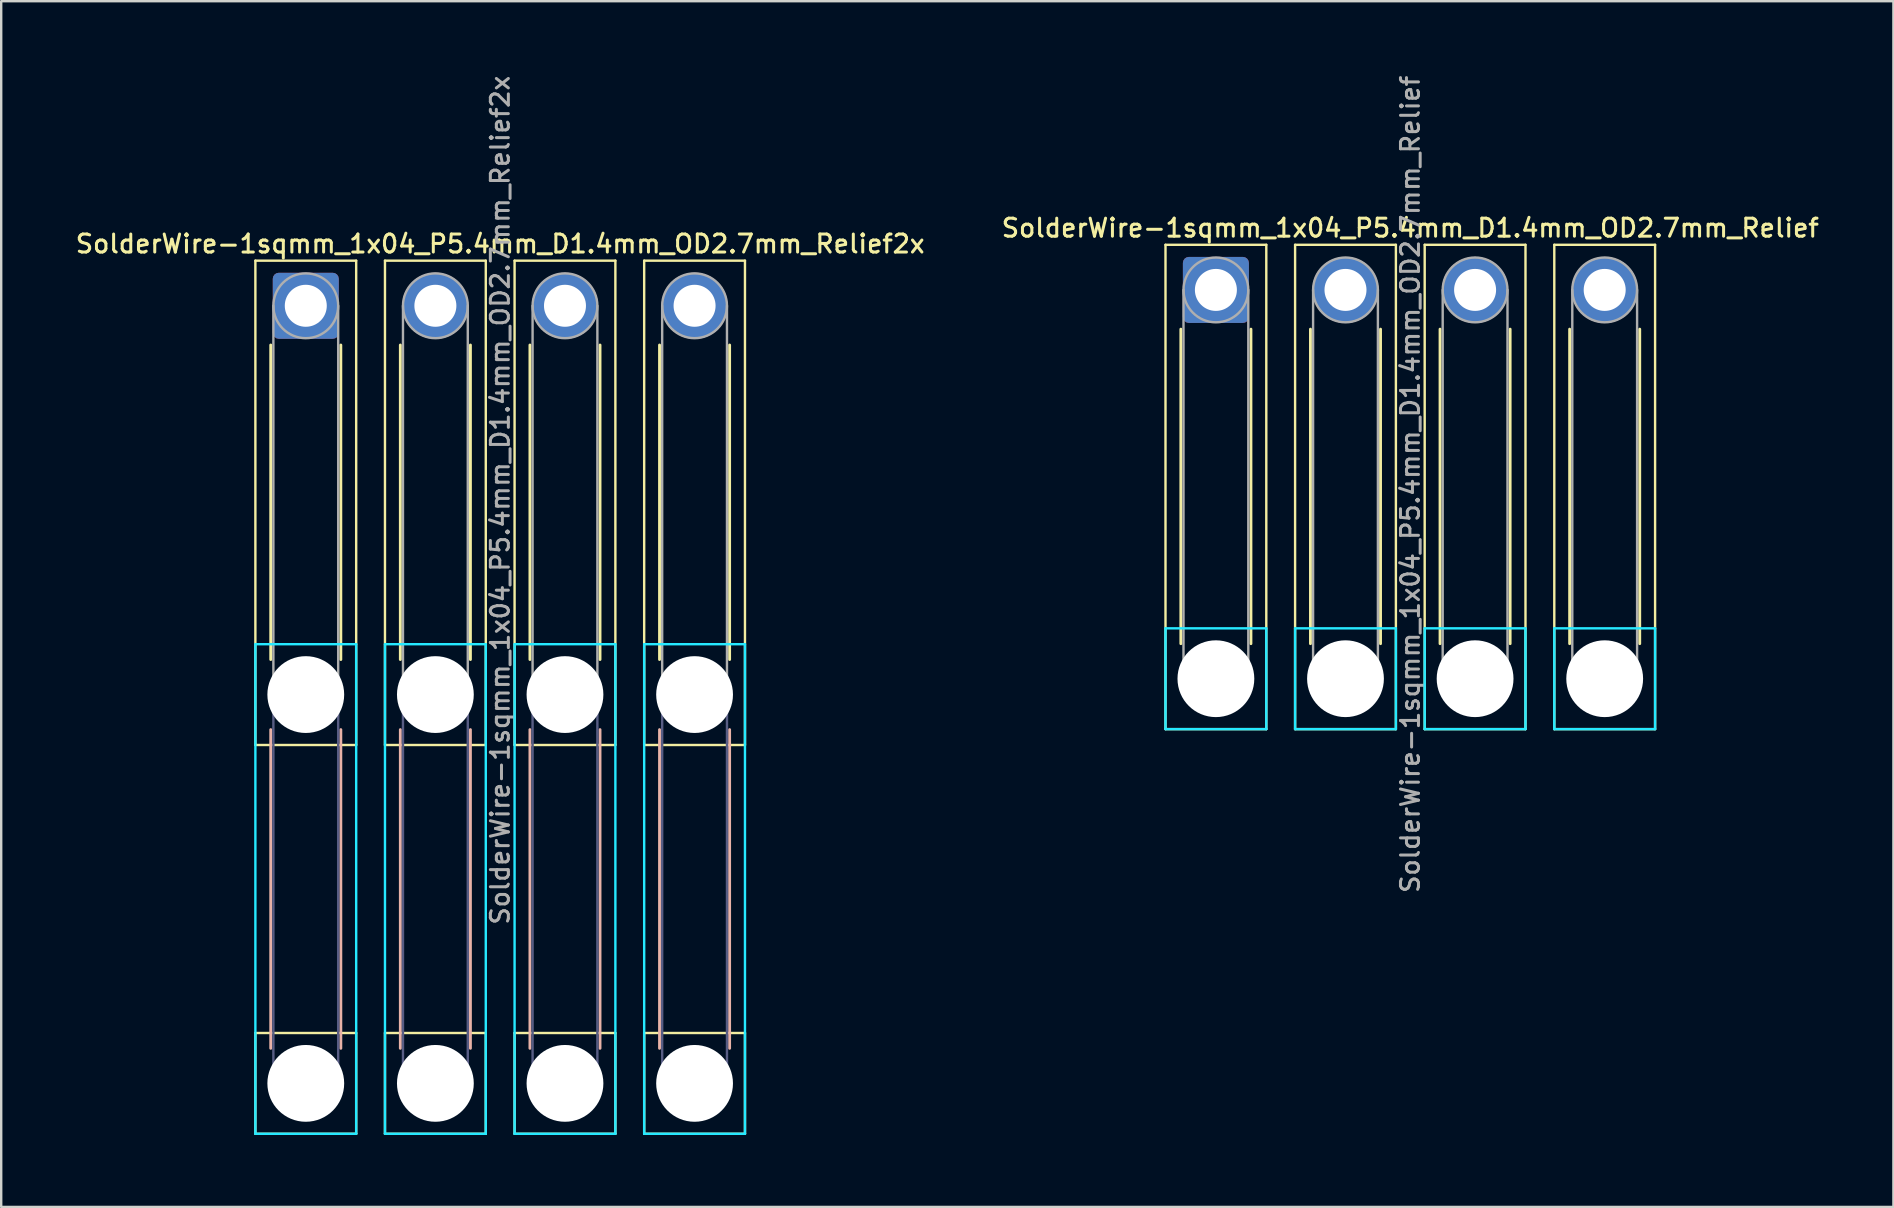
<source format=kicad_pcb>
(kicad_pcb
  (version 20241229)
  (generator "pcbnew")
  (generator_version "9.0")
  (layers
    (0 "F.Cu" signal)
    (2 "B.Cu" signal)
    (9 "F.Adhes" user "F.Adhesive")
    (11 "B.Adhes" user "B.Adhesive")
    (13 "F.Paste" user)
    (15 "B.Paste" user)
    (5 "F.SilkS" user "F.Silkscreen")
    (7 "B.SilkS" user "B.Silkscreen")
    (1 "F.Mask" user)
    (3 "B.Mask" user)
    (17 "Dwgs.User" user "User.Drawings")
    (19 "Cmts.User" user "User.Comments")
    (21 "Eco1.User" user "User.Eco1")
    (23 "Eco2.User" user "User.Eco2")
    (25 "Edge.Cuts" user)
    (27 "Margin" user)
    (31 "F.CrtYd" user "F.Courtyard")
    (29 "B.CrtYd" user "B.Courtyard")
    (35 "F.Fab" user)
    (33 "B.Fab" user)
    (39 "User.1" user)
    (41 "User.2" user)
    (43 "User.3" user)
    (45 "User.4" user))
  (footprint "SolderWire-1sqmm_1x04_P5.4mm_D1.4mm_OD2.7mm_Relief2x"
    (layer "F.Cu")
    (at 9.691 9.691)
    (property "Reference" "SolderWire-1sqmm_1x04_P5.4mm_D1.4mm_OD2.7mm_Relief2x" (at 8.1 -2.58 0) (layer "F.SilkS") (effects (font (size 0.75 0.75) (thickness 0.125))))
    (attr exclude_from_pos_files exclude_from_bom)
    (fp_line (start -2.1 -1.88) (end -2.1 18.3) (stroke (width 0.1) (type solid)) (layer "F.SilkS"))
    (fp_line (start -2.1 18.3) (end 2.1 18.3) (stroke (width 0.1) (type solid)) (layer "F.SilkS"))
    (fp_line (start -2.1 30.3) (end -2.1 34.5) (stroke (width 0.1) (type solid)) (layer "F.SilkS"))
    (fp_line (start -2.1 34.5) (end 2.1 34.5) (stroke (width 0.1) (type solid)) (layer "F.SilkS"))
    (fp_line (start -1.46 1.635) (end -1.46 14.74) (stroke (width 0.12) (type solid)) (layer "F.SilkS"))
    (fp_line (start 1.46 1.635) (end 1.46 14.74) (stroke (width 0.12) (type solid)) (layer "F.SilkS"))
    (fp_line (start 2.1 -1.88) (end -2.1 -1.88) (stroke (width 0.1) (type solid)) (layer "F.SilkS"))
    (fp_line (start 2.1 18.3) (end 2.1 -1.88) (stroke (width 0.1) (type solid)) (layer "F.SilkS"))
    (fp_line (start 2.1 30.3) (end -2.1 30.3) (stroke (width 0.1) (type solid)) (layer "F.SilkS"))
    (fp_line (start 2.1 34.5) (end 2.1 30.3) (stroke (width 0.1) (type solid)) (layer "F.SilkS"))
    (fp_line (start 3.3 -1.88) (end 3.3 18.3) (stroke (width 0.1) (type solid)) (layer "F.SilkS"))
    (fp_line (start 3.3 18.3) (end 7.5 18.3) (stroke (width 0.1) (type solid)) (layer "F.SilkS"))
    (fp_line (start 3.3 30.3) (end 3.3 34.5) (stroke (width 0.1) (type solid)) (layer "F.SilkS"))
    (fp_line (start 3.3 34.5) (end 7.5 34.5) (stroke (width 0.1) (type solid)) (layer "F.SilkS"))
    (fp_line (start 3.94 1.635) (end 3.94 14.74) (stroke (width 0.12) (type solid)) (layer "F.SilkS"))
    (fp_line (start 6.86 1.635) (end 6.86 14.74) (stroke (width 0.12) (type solid)) (layer "F.SilkS"))
    (fp_line (start 7.5 -1.88) (end 3.3 -1.88) (stroke (width 0.1) (type solid)) (layer "F.SilkS"))
    (fp_line (start 7.5 18.3) (end 7.5 -1.88) (stroke (width 0.1) (type solid)) (layer "F.SilkS"))
    (fp_line (start 7.5 30.3) (end 3.3 30.3) (stroke (width 0.1) (type solid)) (layer "F.SilkS"))
    (fp_line (start 7.5 34.5) (end 7.5 30.3) (stroke (width 0.1) (type solid)) (layer "F.SilkS"))
    (fp_line (start 8.7 -1.88) (end 8.7 18.3) (stroke (width 0.1) (type solid)) (layer "F.SilkS"))
    (fp_line (start 8.7 18.3) (end 12.9 18.3) (stroke (width 0.1) (type solid)) (layer "F.SilkS"))
    (fp_line (start 8.7 30.3) (end 8.7 34.5) (stroke (width 0.1) (type solid)) (layer "F.SilkS"))
    (fp_line (start 8.7 34.5) (end 12.9 34.5) (stroke (width 0.1) (type solid)) (layer "F.SilkS"))
    (fp_line (start 9.34 1.635) (end 9.34 14.74) (stroke (width 0.12) (type solid)) (layer "F.SilkS"))
    (fp_line (start 12.26 1.635) (end 12.26 14.74) (stroke (width 0.12) (type solid)) (layer "F.SilkS"))
    (fp_line (start 12.9 -1.88) (end 8.7 -1.88) (stroke (width 0.1) (type solid)) (layer "F.SilkS"))
    (fp_line (start 12.9 18.3) (end 12.9 -1.88) (stroke (width 0.1) (type solid)) (layer "F.SilkS"))
    (fp_line (start 12.9 30.3) (end 8.7 30.3) (stroke (width 0.1) (type solid)) (layer "F.SilkS"))
    (fp_line (start 12.9 34.5) (end 12.9 30.3) (stroke (width 0.1) (type solid)) (layer "F.SilkS"))
    (fp_line (start 14.1 -1.88) (end 14.1 18.3) (stroke (width 0.1) (type solid)) (layer "F.SilkS"))
    (fp_line (start 14.1 18.3) (end 18.3 18.3) (stroke (width 0.1) (type solid)) (layer "F.SilkS"))
    (fp_line (start 14.1 30.3) (end 14.1 34.5) (stroke (width 0.1) (type solid)) (layer "F.SilkS"))
    (fp_line (start 14.1 34.5) (end 18.3 34.5) (stroke (width 0.1) (type solid)) (layer "F.SilkS"))
    (fp_line (start 14.74 1.635) (end 14.74 14.74) (stroke (width 0.12) (type solid)) (layer "F.SilkS"))
    (fp_line (start 17.66 1.635) (end 17.66 14.74) (stroke (width 0.12) (type solid)) (layer "F.SilkS"))
    (fp_line (start 18.3 -1.88) (end 14.1 -1.88) (stroke (width 0.1) (type solid)) (layer "F.SilkS"))
    (fp_line (start 18.3 18.3) (end 18.3 -1.88) (stroke (width 0.1) (type solid)) (layer "F.SilkS"))
    (fp_line (start 18.3 30.3) (end 14.1 30.3) (stroke (width 0.1) (type solid)) (layer "F.SilkS"))
    (fp_line (start 18.3 34.5) (end 18.3 30.3) (stroke (width 0.1) (type solid)) (layer "F.SilkS"))
    (fp_line (start -1.46 17.66) (end -1.46 30.94) (stroke (width 0.12) (type solid)) (layer "B.SilkS"))
    (fp_line (start 1.46 17.66) (end 1.46 30.94) (stroke (width 0.12) (type solid)) (layer "B.SilkS"))
    (fp_line (start 3.94 17.66) (end 3.94 30.94) (stroke (width 0.12) (type solid)) (layer "B.SilkS"))
    (fp_line (start 6.86 17.66) (end 6.86 30.94) (stroke (width 0.12) (type solid)) (layer "B.SilkS"))
    (fp_line (start 9.34 17.66) (end 9.34 30.94) (stroke (width 0.12) (type solid)) (layer "B.SilkS"))
    (fp_line (start 12.26 17.66) (end 12.26 30.94) (stroke (width 0.12) (type solid)) (layer "B.SilkS"))
    (fp_line (start 14.74 17.66) (end 14.74 30.94) (stroke (width 0.12) (type solid)) (layer "B.SilkS"))
    (fp_line (start 17.66 17.66) (end 17.66 30.94) (stroke (width 0.12) (type solid)) (layer "B.SilkS"))
    (fp_line (start -2.1 14.1) (end -2.1 34.5) (stroke (width 0.1) (type solid)) (layer "B.CrtYd"))
    (fp_line (start -2.1 34.5) (end 2.1 34.5) (stroke (width 0.1) (type solid)) (layer "B.CrtYd"))
    (fp_line (start 2.1 14.1) (end -2.1 14.1) (stroke (width 0.1) (type solid)) (layer "B.CrtYd"))
    (fp_line (start 2.1 34.5) (end 2.1 14.1) (stroke (width 0.1) (type solid)) (layer "B.CrtYd"))
    (fp_line (start 3.3 14.1) (end 3.3 34.5) (stroke (width 0.1) (type solid)) (layer "B.CrtYd"))
    (fp_line (start 3.3 34.5) (end 7.5 34.5) (stroke (width 0.1) (type solid)) (layer "B.CrtYd"))
    (fp_line (start 7.5 14.1) (end 3.3 14.1) (stroke (width 0.1) (type solid)) (layer "B.CrtYd"))
    (fp_line (start 7.5 34.5) (end 7.5 14.1) (stroke (width 0.1) (type solid)) (layer "B.CrtYd"))
    (fp_line (start 8.7 14.1) (end 8.7 34.5) (stroke (width 0.1) (type solid)) (layer "B.CrtYd"))
    (fp_line (start 8.7 34.5) (end 12.9 34.5) (stroke (width 0.1) (type solid)) (layer "B.CrtYd"))
    (fp_line (start 12.9 14.1) (end 8.7 14.1) (stroke (width 0.1) (type solid)) (layer "B.CrtYd"))
    (fp_line (start 12.9 34.5) (end 12.9 14.1) (stroke (width 0.1) (type solid)) (layer "B.CrtYd"))
    (fp_line (start 14.1 14.1) (end 14.1 34.5) (stroke (width 0.1) (type solid)) (layer "B.CrtYd"))
    (fp_line (start 14.1 34.5) (end 18.3 34.5) (stroke (width 0.1) (type solid)) (layer "B.CrtYd"))
    (fp_line (start 18.3 14.1) (end 14.1 14.1) (stroke (width 0.1) (type solid)) (layer "B.CrtYd"))
    (fp_line (start 18.3 34.5) (end 18.3 14.1) (stroke (width 0.1) (type solid)) (layer "B.CrtYd"))
    (fp_line (start -1.35 16.2) (end -1.35 32.4) (stroke (width 0.1) (type solid)) (layer "B.Fab"))
    (fp_line (start 1.35 16.2) (end 1.35 32.4) (stroke (width 0.1) (type solid)) (layer "B.Fab"))
    (fp_line (start 4.05 16.2) (end 4.05 32.4) (stroke (width 0.1) (type solid)) (layer "B.Fab"))
    (fp_line (start 6.75 16.2) (end 6.75 32.4) (stroke (width 0.1) (type solid)) (layer "B.Fab"))
    (fp_line (start 9.45 16.2) (end 9.45 32.4) (stroke (width 0.1) (type solid)) (layer "B.Fab"))
    (fp_line (start 12.15 16.2) (end 12.15 32.4) (stroke (width 0.1) (type solid)) (layer "B.Fab"))
    (fp_line (start 14.85 16.2) (end 14.85 32.4) (stroke (width 0.1) (type solid)) (layer "B.Fab"))
    (fp_line (start 17.55 16.2) (end 17.55 32.4) (stroke (width 0.1) (type solid)) (layer "B.Fab"))
    (fp_circle (center 0 16.2) (end 1.35 16.2) (stroke (width 0.1) (type solid)) (fill no) (layer "B.Fab"))
    (fp_circle (center 0 32.4) (end 1.35 32.4) (stroke (width 0.1) (type solid)) (fill no) (layer "B.Fab"))
    (fp_circle (center 5.4 16.2) (end 6.75 16.2) (stroke (width 0.1) (type solid)) (fill no) (layer "B.Fab"))
    (fp_circle (center 5.4 32.4) (end 6.75 32.4) (stroke (width 0.1) (type solid)) (fill no) (layer "B.Fab"))
    (fp_circle (center 10.8 16.2) (end 12.15 16.2) (stroke (width 0.1) (type solid)) (fill no) (layer "B.Fab"))
    (fp_circle (center 10.8 32.4) (end 12.15 32.4) (stroke (width 0.1) (type solid)) (fill no) (layer "B.Fab"))
    (fp_circle (center 16.2 16.2) (end 17.55 16.2) (stroke (width 0.1) (type solid)) (fill no) (layer "B.Fab"))
    (fp_circle (center 16.2 32.4) (end 17.55 32.4) (stroke (width 0.1) (type solid)) (fill no) (layer "B.Fab"))
    (fp_line (start -1.35 0) (end -1.35 16.2) (stroke (width 0.1) (type solid)) (layer "F.Fab"))
    (fp_line (start 1.35 0) (end 1.35 16.2) (stroke (width 0.1) (type solid)) (layer "F.Fab"))
    (fp_line (start 4.05 0) (end 4.05 16.2) (stroke (width 0.1) (type solid)) (layer "F.Fab"))
    (fp_line (start 6.75 0) (end 6.75 16.2) (stroke (width 0.1) (type solid)) (layer "F.Fab"))
    (fp_line (start 9.45 0) (end 9.45 16.2) (stroke (width 0.1) (type solid)) (layer "F.Fab"))
    (fp_line (start 12.15 0) (end 12.15 16.2) (stroke (width 0.1) (type solid)) (layer "F.Fab"))
    (fp_line (start 14.85 0) (end 14.85 16.2) (stroke (width 0.1) (type solid)) (layer "F.Fab"))
    (fp_line (start 17.55 0) (end 17.55 16.2) (stroke (width 0.1) (type solid)) (layer "F.Fab"))
    (fp_circle (center 0 0) (end 1.35 0) (stroke (width 0.1) (type solid)) (fill no) (layer "F.Fab"))
    (fp_circle (center 0 16.2) (end 1.35 16.2) (stroke (width 0.1) (type solid)) (fill no) (layer "F.Fab"))
    (fp_circle (center 0 32.4) (end 1.35 32.4) (stroke (width 0.1) (type solid)) (fill no) (layer "F.Fab"))
    (fp_circle (center 5.4 0) (end 6.75 0) (stroke (width 0.1) (type solid)) (fill no) (layer "F.Fab"))
    (fp_circle (center 5.4 16.2) (end 6.75 16.2) (stroke (width 0.1) (type solid)) (fill no) (layer "F.Fab"))
    (fp_circle (center 5.4 32.4) (end 6.75 32.4) (stroke (width 0.1) (type solid)) (fill no) (layer "F.Fab"))
    (fp_circle (center 10.8 0) (end 12.15 0) (stroke (width 0.1) (type solid)) (fill no) (layer "F.Fab"))
    (fp_circle (center 10.8 16.2) (end 12.15 16.2) (stroke (width 0.1) (type solid)) (fill no) (layer "F.Fab"))
    (fp_circle (center 10.8 32.4) (end 12.15 32.4) (stroke (width 0.1) (type solid)) (fill no) (layer "F.Fab"))
    (fp_circle (center 16.2 0) (end 17.55 0) (stroke (width 0.1) (type solid)) (fill no) (layer "F.Fab"))
    (fp_circle (center 16.2 16.2) (end 17.55 16.2) (stroke (width 0.1) (type solid)) (fill no) (layer "F.Fab"))
    (fp_circle (center 16.2 32.4) (end 17.55 32.4) (stroke (width 0.1) (type solid)) (fill no) (layer "F.Fab"))
    (fp_text user "${REFERENCE}" (at 8.1 8.1 90) (layer "F.Fab") (effects (font (size 0.75 0.75) (thickness 0.125))))
    (pad "" np_thru_hole circle (at 0 16.2) (size 3.2 3.2) (drill 3.2) (layers "*.Cu" "*.Mask"))
    (pad "" np_thru_hole circle (at 0 32.4) (size 3.2 3.2) (drill 3.2) (layers "*.Cu" "*.Mask"))
    (pad "" np_thru_hole circle (at 5.4 16.2) (size 3.2 3.2) (drill 3.2) (layers "*.Cu" "*.Mask"))
    (pad "" np_thru_hole circle (at 5.4 32.4) (size 3.2 3.2) (drill 3.2) (layers "*.Cu" "*.Mask"))
    (pad "" np_thru_hole circle (at 10.8 16.2) (size 3.2 3.2) (drill 3.2) (layers "*.Cu" "*.Mask"))
    (pad "" np_thru_hole circle (at 10.8 32.4) (size 3.2 3.2) (drill 3.2) (layers "*.Cu" "*.Mask"))
    (pad "" np_thru_hole circle (at 16.2 16.2) (size 3.2 3.2) (drill 3.2) (layers "*.Cu" "*.Mask"))
    (pad "" np_thru_hole circle (at 16.2 32.4) (size 3.2 3.2) (drill 3.2) (layers "*.Cu" "*.Mask"))
    (pad "1" thru_hole roundrect (at 0 0) (size 2.75 2.75) (drill 1.75) (layers "*.Cu" "*.Mask") (roundrect_rratio 0.091))
    (pad "2" thru_hole circle (at 5.4 0) (size 2.75 2.75) (drill 1.75) (layers "*.Cu" "*.Mask"))
    (pad "3" thru_hole circle (at 10.8 0) (size 2.75 2.75) (drill 1.75) (layers "*.Cu" "*.Mask"))
    (pad "4" thru_hole circle (at 16.2 0) (size 2.75 2.75) (drill 1.75) (layers "*.Cu" "*.Mask")))
  (footprint "SolderWire-1sqmm_1x04_P5.4mm_D1.4mm_OD2.7mm_Relief"
    (layer "F.Cu")
    (at 47.613 9.03)
    (property "Reference" "SolderWire-1sqmm_1x04_P5.4mm_D1.4mm_OD2.7mm_Relief" (at 8.1 -2.58 0) (layer "F.SilkS") (effects (font (size 0.75 0.75) (thickness 0.125))))
    (attr exclude_from_pos_files exclude_from_bom)
    (fp_line (start -2.1 -1.88) (end -2.1 18.3) (stroke (width 0.1) (type solid)) (layer "F.SilkS"))
    (fp_line (start -2.1 18.3) (end 2.1 18.3) (stroke (width 0.1) (type solid)) (layer "F.SilkS"))
    (fp_line (start -1.46 1.635) (end -1.46 14.74) (stroke (width 0.12) (type solid)) (layer "F.SilkS"))
    (fp_line (start 1.46 1.635) (end 1.46 14.74) (stroke (width 0.12) (type solid)) (layer "F.SilkS"))
    (fp_line (start 2.1 -1.88) (end -2.1 -1.88) (stroke (width 0.1) (type solid)) (layer "F.SilkS"))
    (fp_line (start 2.1 18.3) (end 2.1 -1.88) (stroke (width 0.1) (type solid)) (layer "F.SilkS"))
    (fp_line (start 3.3 -1.88) (end 3.3 18.3) (stroke (width 0.1) (type solid)) (layer "F.SilkS"))
    (fp_line (start 3.3 18.3) (end 7.5 18.3) (stroke (width 0.1) (type solid)) (layer "F.SilkS"))
    (fp_line (start 3.94 1.635) (end 3.94 14.74) (stroke (width 0.12) (type solid)) (layer "F.SilkS"))
    (fp_line (start 6.86 1.635) (end 6.86 14.74) (stroke (width 0.12) (type solid)) (layer "F.SilkS"))
    (fp_line (start 7.5 -1.88) (end 3.3 -1.88) (stroke (width 0.1) (type solid)) (layer "F.SilkS"))
    (fp_line (start 7.5 18.3) (end 7.5 -1.88) (stroke (width 0.1) (type solid)) (layer "F.SilkS"))
    (fp_line (start 8.7 -1.88) (end 8.7 18.3) (stroke (width 0.1) (type solid)) (layer "F.SilkS"))
    (fp_line (start 8.7 18.3) (end 12.9 18.3) (stroke (width 0.1) (type solid)) (layer "F.SilkS"))
    (fp_line (start 9.34 1.635) (end 9.34 14.74) (stroke (width 0.12) (type solid)) (layer "F.SilkS"))
    (fp_line (start 12.26 1.635) (end 12.26 14.74) (stroke (width 0.12) (type solid)) (layer "F.SilkS"))
    (fp_line (start 12.9 -1.88) (end 8.7 -1.88) (stroke (width 0.1) (type solid)) (layer "F.SilkS"))
    (fp_line (start 12.9 18.3) (end 12.9 -1.88) (stroke (width 0.1) (type solid)) (layer "F.SilkS"))
    (fp_line (start 14.1 -1.88) (end 14.1 18.3) (stroke (width 0.1) (type solid)) (layer "F.SilkS"))
    (fp_line (start 14.1 18.3) (end 18.3 18.3) (stroke (width 0.1) (type solid)) (layer "F.SilkS"))
    (fp_line (start 14.74 1.635) (end 14.74 14.74) (stroke (width 0.12) (type solid)) (layer "F.SilkS"))
    (fp_line (start 17.66 1.635) (end 17.66 14.74) (stroke (width 0.12) (type solid)) (layer "F.SilkS"))
    (fp_line (start 18.3 -1.88) (end 14.1 -1.88) (stroke (width 0.1) (type solid)) (layer "F.SilkS"))
    (fp_line (start 18.3 18.3) (end 18.3 -1.88) (stroke (width 0.1) (type solid)) (layer "F.SilkS"))
    (fp_line (start -2.1 14.1) (end -2.1 18.3) (stroke (width 0.1) (type solid)) (layer "B.CrtYd"))
    (fp_line (start -2.1 18.3) (end 2.1 18.3) (stroke (width 0.1) (type solid)) (layer "B.CrtYd"))
    (fp_line (start 2.1 14.1) (end -2.1 14.1) (stroke (width 0.1) (type solid)) (layer "B.CrtYd"))
    (fp_line (start 2.1 18.3) (end 2.1 14.1) (stroke (width 0.1) (type solid)) (layer "B.CrtYd"))
    (fp_line (start 3.3 14.1) (end 3.3 18.3) (stroke (width 0.1) (type solid)) (layer "B.CrtYd"))
    (fp_line (start 3.3 18.3) (end 7.5 18.3) (stroke (width 0.1) (type solid)) (layer "B.CrtYd"))
    (fp_line (start 7.5 14.1) (end 3.3 14.1) (stroke (width 0.1) (type solid)) (layer "B.CrtYd"))
    (fp_line (start 7.5 18.3) (end 7.5 14.1) (stroke (width 0.1) (type solid)) (layer "B.CrtYd"))
    (fp_line (start 8.7 14.1) (end 8.7 18.3) (stroke (width 0.1) (type solid)) (layer "B.CrtYd"))
    (fp_line (start 8.7 18.3) (end 12.9 18.3) (stroke (width 0.1) (type solid)) (layer "B.CrtYd"))
    (fp_line (start 12.9 14.1) (end 8.7 14.1) (stroke (width 0.1) (type solid)) (layer "B.CrtYd"))
    (fp_line (start 12.9 18.3) (end 12.9 14.1) (stroke (width 0.1) (type solid)) (layer "B.CrtYd"))
    (fp_line (start 14.1 14.1) (end 14.1 18.3) (stroke (width 0.1) (type solid)) (layer "B.CrtYd"))
    (fp_line (start 14.1 18.3) (end 18.3 18.3) (stroke (width 0.1) (type solid)) (layer "B.CrtYd"))
    (fp_line (start 18.3 14.1) (end 14.1 14.1) (stroke (width 0.1) (type solid)) (layer "B.CrtYd"))
    (fp_line (start 18.3 18.3) (end 18.3 14.1) (stroke (width 0.1) (type solid)) (layer "B.CrtYd"))
    (fp_line (start -1.35 0) (end -1.35 16.2) (stroke (width 0.1) (type solid)) (layer "F.Fab"))
    (fp_line (start 1.35 0) (end 1.35 16.2) (stroke (width 0.1) (type solid)) (layer "F.Fab"))
    (fp_line (start 4.05 0) (end 4.05 16.2) (stroke (width 0.1) (type solid)) (layer "F.Fab"))
    (fp_line (start 6.75 0) (end 6.75 16.2) (stroke (width 0.1) (type solid)) (layer "F.Fab"))
    (fp_line (start 9.45 0) (end 9.45 16.2) (stroke (width 0.1) (type solid)) (layer "F.Fab"))
    (fp_line (start 12.15 0) (end 12.15 16.2) (stroke (width 0.1) (type solid)) (layer "F.Fab"))
    (fp_line (start 14.85 0) (end 14.85 16.2) (stroke (width 0.1) (type solid)) (layer "F.Fab"))
    (fp_line (start 17.55 0) (end 17.55 16.2) (stroke (width 0.1) (type solid)) (layer "F.Fab"))
    (fp_circle (center 0 0) (end 1.35 0) (stroke (width 0.1) (type solid)) (fill no) (layer "F.Fab"))
    (fp_circle (center 0 16.2) (end 1.35 16.2) (stroke (width 0.1) (type solid)) (fill no) (layer "F.Fab"))
    (fp_circle (center 5.4 0) (end 6.75 0) (stroke (width 0.1) (type solid)) (fill no) (layer "F.Fab"))
    (fp_circle (center 5.4 16.2) (end 6.75 16.2) (stroke (width 0.1) (type solid)) (fill no) (layer "F.Fab"))
    (fp_circle (center 10.8 0) (end 12.15 0) (stroke (width 0.1) (type solid)) (fill no) (layer "F.Fab"))
    (fp_circle (center 10.8 16.2) (end 12.15 16.2) (stroke (width 0.1) (type solid)) (fill no) (layer "F.Fab"))
    (fp_circle (center 16.2 0) (end 17.55 0) (stroke (width 0.1) (type solid)) (fill no) (layer "F.Fab"))
    (fp_circle (center 16.2 16.2) (end 17.55 16.2) (stroke (width 0.1) (type solid)) (fill no) (layer "F.Fab"))
    (fp_text user "${REFERENCE}" (at 8.1 8.1 90) (layer "F.Fab") (effects (font (size 0.75 0.75) (thickness 0.125))))
    (pad "" np_thru_hole circle (at 0 16.2) (size 3.2 3.2) (drill 3.2) (layers "*.Cu" "*.Mask"))
    (pad "" np_thru_hole circle (at 5.4 16.2) (size 3.2 3.2) (drill 3.2) (layers "*.Cu" "*.Mask"))
    (pad "" np_thru_hole circle (at 10.8 16.2) (size 3.2 3.2) (drill 3.2) (layers "*.Cu" "*.Mask"))
    (pad "" np_thru_hole circle (at 16.2 16.2) (size 3.2 3.2) (drill 3.2) (layers "*.Cu" "*.Mask"))
    (pad "1" thru_hole roundrect (at 0 0) (size 2.75 2.75) (drill 1.75) (layers "*.Cu" "*.Mask") (roundrect_rratio 0.091))
    (pad "2" thru_hole circle (at 5.4 0) (size 2.75 2.75) (drill 1.75) (layers "*.Cu" "*.Mask"))
    (pad "3" thru_hole circle (at 10.8 0) (size 2.75 2.75) (drill 1.75) (layers "*.Cu" "*.Mask"))
    (pad "4" thru_hole circle (at 16.2 0) (size 2.75 2.75) (drill 1.75) (layers "*.Cu" "*.Mask")))
  (gr_rect
    (start -3 -3)
    (end 75.843 47.241)
    (stroke (width 0.1) (type default))
    (fill no)
    (layer "Edge.Cuts")))
</source>
